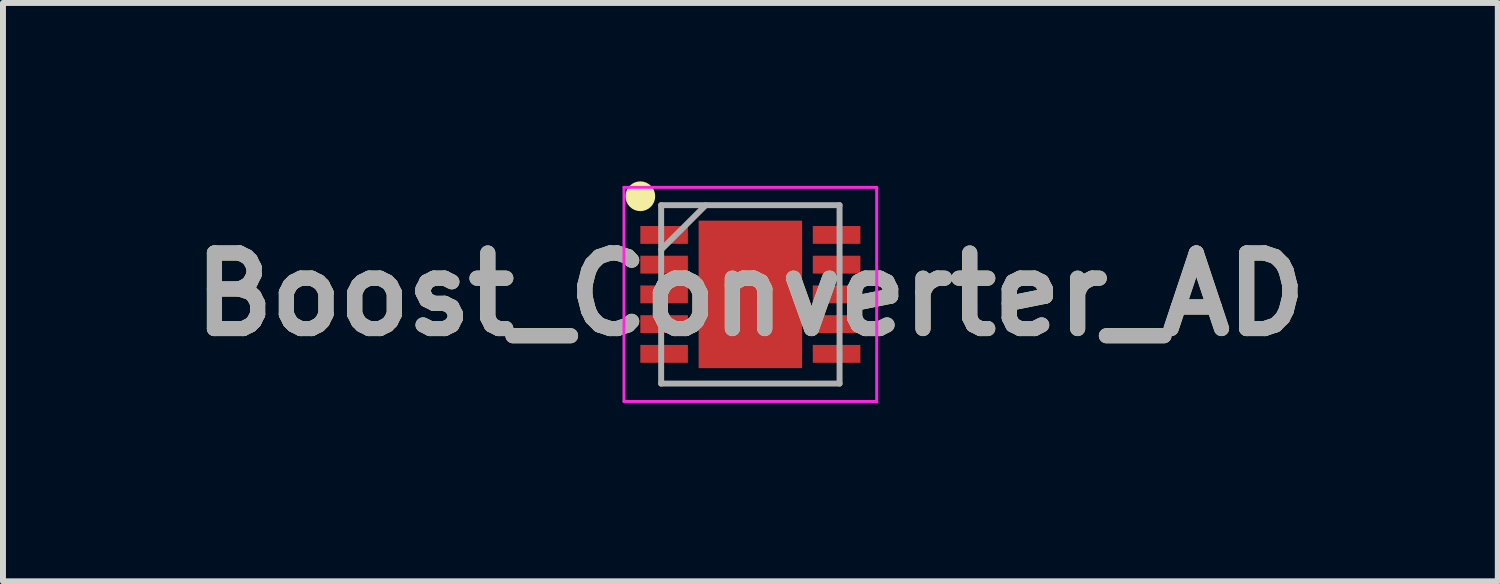
<source format=kicad_pcb>
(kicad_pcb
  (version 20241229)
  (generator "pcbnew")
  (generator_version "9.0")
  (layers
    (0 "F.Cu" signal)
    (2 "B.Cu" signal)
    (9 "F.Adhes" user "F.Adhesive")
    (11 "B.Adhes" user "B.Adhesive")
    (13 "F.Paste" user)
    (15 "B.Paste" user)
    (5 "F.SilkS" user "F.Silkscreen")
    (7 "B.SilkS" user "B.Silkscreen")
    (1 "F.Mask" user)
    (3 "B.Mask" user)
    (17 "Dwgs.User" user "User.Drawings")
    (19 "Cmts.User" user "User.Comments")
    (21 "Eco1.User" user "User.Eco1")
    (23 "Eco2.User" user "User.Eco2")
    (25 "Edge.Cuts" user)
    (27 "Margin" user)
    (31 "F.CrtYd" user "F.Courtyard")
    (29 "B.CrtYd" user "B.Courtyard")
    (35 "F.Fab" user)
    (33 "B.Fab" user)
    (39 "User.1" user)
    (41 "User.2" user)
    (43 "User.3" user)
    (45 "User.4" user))
  (footprint "Boost_Converter_AD"
    (layer "F.Cu")
    (at 9.567 1.9)
    (property "Reference" "Boost_Converter_AD" (at 0 0 0) (layer "F.SilkS") (effects (font (size 1.27 1.27) (thickness 0.254))))
    (attr smd)
    (fp_circle (center -1.85 -1.65) (end -1.85 -1.525) (stroke (width 0.25) (type solid)) (fill no) (layer "F.SilkS"))
    (fp_line (start -2.125 -1.8) (end 2.125 -1.8) (stroke (width 0.05) (type solid)) (layer "F.CrtYd"))
    (fp_line (start -2.125 1.8) (end -2.125 -1.8) (stroke (width 0.05) (type solid)) (layer "F.CrtYd"))
    (fp_line (start 2.125 -1.8) (end 2.125 1.8) (stroke (width 0.05) (type solid)) (layer "F.CrtYd"))
    (fp_line (start 2.125 1.8) (end -2.125 1.8) (stroke (width 0.05) (type solid)) (layer "F.CrtYd"))
    (fp_line (start -1.5 -1.5) (end 1.5 -1.5) (stroke (width 0.1) (type solid)) (layer "F.Fab"))
    (fp_line (start -1.5 -0.75) (end -0.75 -1.5) (stroke (width 0.1) (type solid)) (layer "F.Fab"))
    (fp_line (start -1.5 1.5) (end -1.5 -1.5) (stroke (width 0.1) (type solid)) (layer "F.Fab"))
    (fp_line (start 1.5 -1.5) (end 1.5 1.5) (stroke (width 0.1) (type solid)) (layer "F.Fab"))
    (fp_line (start 1.5 1.5) (end -1.5 1.5) (stroke (width 0.1) (type solid)) (layer "F.Fab"))
    (fp_text user "${REFERENCE}" (at 0 0 0) (layer "F.Fab") (effects (font (size 1.27 1.27) (thickness 0.254))))
    (pad "1" smd rect (at -1.45 -1 90) (size 0.3 0.8) (layers "F.Cu" "F.Mask" "F.Paste"))
    (pad "2" smd rect (at -1.45 -0.5 90) (size 0.3 0.8) (layers "F.Cu" "F.Mask" "F.Paste"))
    (pad "3" smd rect (at -1.45 0 90) (size 0.3 0.8) (layers "F.Cu" "F.Mask" "F.Paste"))
    (pad "4" smd rect (at -1.45 0.5 90) (size 0.3 0.8) (layers "F.Cu" "F.Mask" "F.Paste"))
    (pad "5" smd rect (at -1.45 1 90) (size 0.3 0.8) (layers "F.Cu" "F.Mask" "F.Paste"))
    (pad "6" smd rect (at 1.45 1 90) (size 0.3 0.8) (layers "F.Cu" "F.Mask" "F.Paste"))
    (pad "7" smd rect (at 1.45 0.5 90) (size 0.3 0.8) (layers "F.Cu" "F.Mask" "F.Paste"))
    (pad "8" smd rect (at 1.45 0 90) (size 0.3 0.8) (layers "F.Cu" "F.Mask" "F.Paste"))
    (pad "9" smd rect (at 1.45 -0.5 90) (size 0.3 0.8) (layers "F.Cu" "F.Mask" "F.Paste"))
    (pad "10" smd rect (at 1.45 -1 90) (size 0.3 0.8) (layers "F.Cu" "F.Mask" "F.Paste"))
    (pad "11" smd rect (at 0 0) (size 1.74 2.48) (layers "F.Cu" "F.Mask" "F.Paste")))
  (gr_rect
    (start -3 -3)
    (end 22.135 6.725)
    (stroke (width 0.1) (type default))
    (fill no)
    (layer "Edge.Cuts")))
</source>
